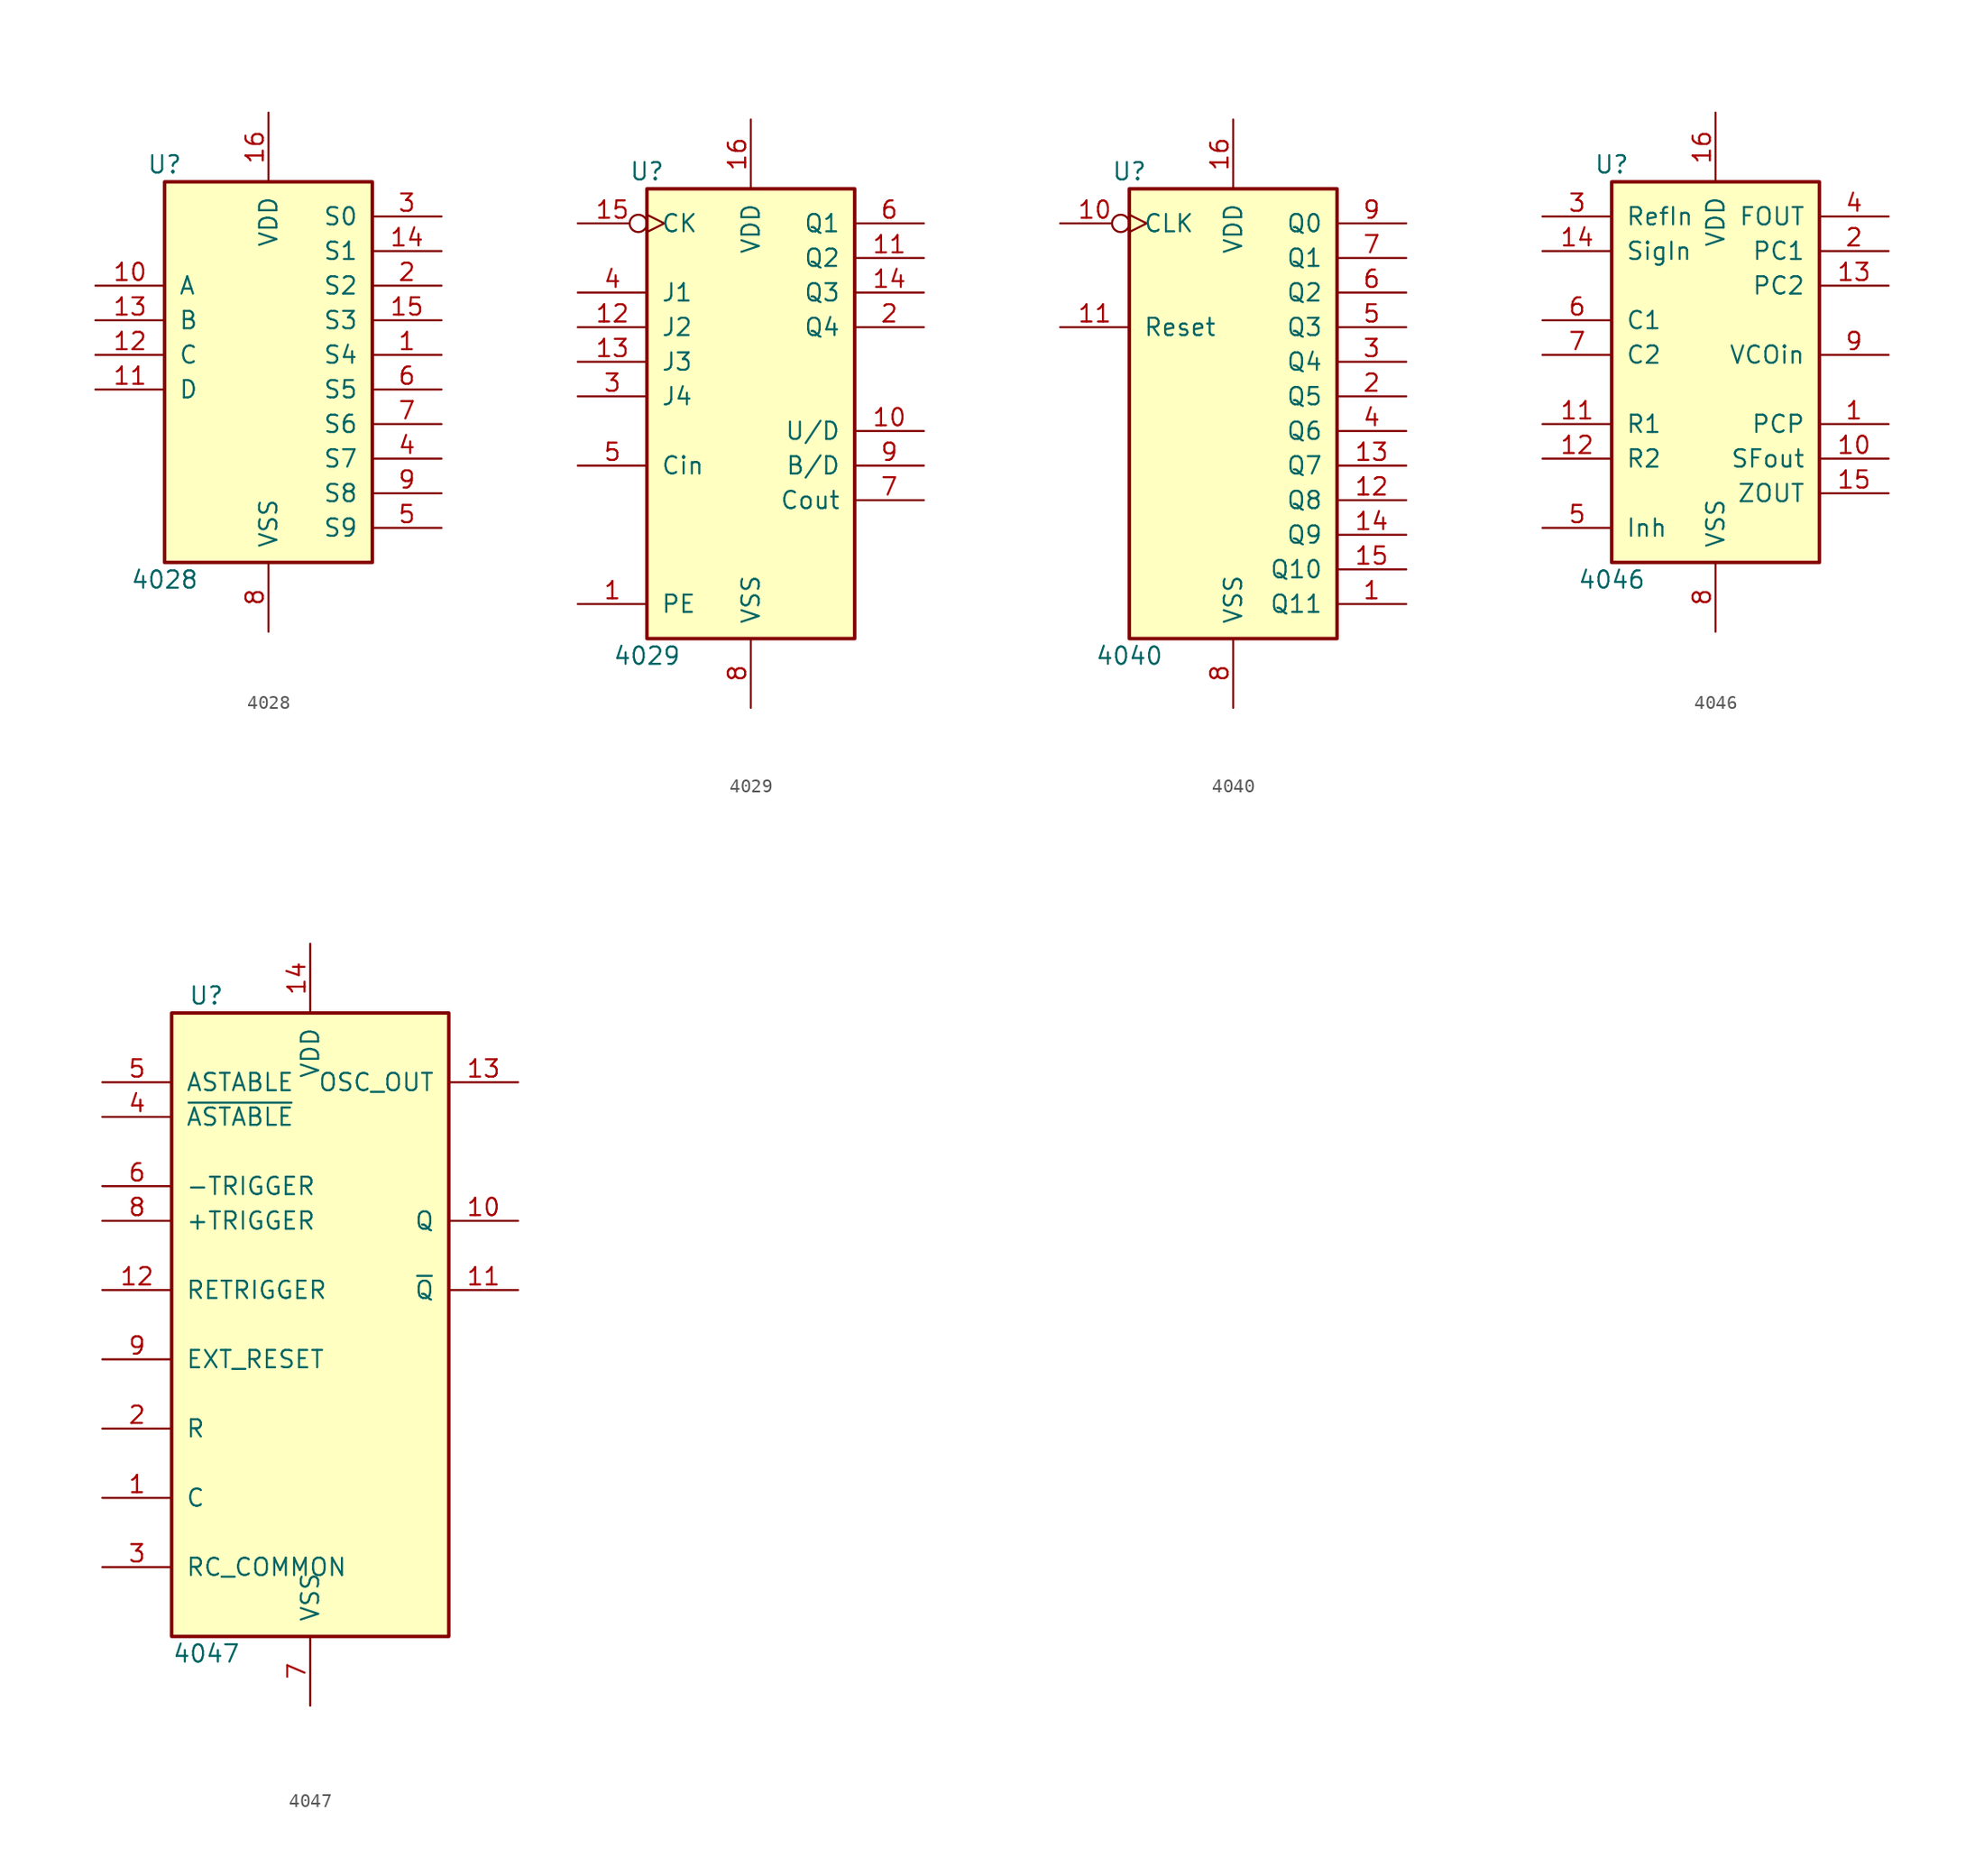
<source format=kicad_sym>
(kicad_symbol_lib
  (version 20211014)
  (generator kicad_symbol_editor)
  (symbol "4028"
    (pin_names
      (offset 1.016))
    (property "Reference" "U"
      (at -7.62 13.97 0)
      (effects (font (size 1.27 1.27))))
    (property "Value" "4028"
      (at -7.62 -16.51 0)
      (effects (font (size 1.27 1.27))))
    (property "ki_locked" ""
      (at 0 0 0)
      (effects (font (size 1.27 1.27))))
    (symbol "4028_1_0"
      (pin output line (at 12.7 0 180) (length 5.08) (name "S4" (effects (font (size 1.27 1.27)))) (number "1" (effects (font (size 1.27 1.27)))))
      (pin input line (at -12.7 5.08 0) (length 5.08) (name "A" (effects (font (size 1.27 1.27)))) (number "10" (effects (font (size 1.27 1.27)))))
      (pin input line (at -12.7 -2.54 0) (length 5.08) (name "D" (effects (font (size 1.27 1.27)))) (number "11" (effects (font (size 1.27 1.27)))))
      (pin input line (at -12.7 0 0) (length 5.08) (name "C" (effects (font (size 1.27 1.27)))) (number "12" (effects (font (size 1.27 1.27)))))
      (pin input line (at -12.7 2.54 0) (length 5.08) (name "B" (effects (font (size 1.27 1.27)))) (number "13" (effects (font (size 1.27 1.27)))))
      (pin output line (at 12.7 7.62 180) (length 5.08) (name "S1" (effects (font (size 1.27 1.27)))) (number "14" (effects (font (size 1.27 1.27)))))
      (pin output line (at 12.7 2.54 180) (length 5.08) (name "S3" (effects (font (size 1.27 1.27)))) (number "15" (effects (font (size 1.27 1.27)))))
      (pin power_in line (at 0 17.78 270) (length 5.08) (name "VDD" (effects (font (size 1.27 1.27)))) (number "16" (effects (font (size 1.27 1.27)))))
      (pin output line (at 12.7 5.08 180) (length 5.08) (name "S2" (effects (font (size 1.27 1.27)))) (number "2" (effects (font (size 1.27 1.27)))))
      (pin output line (at 12.7 10.16 180) (length 5.08) (name "S0" (effects (font (size 1.27 1.27)))) (number "3" (effects (font (size 1.27 1.27)))))
      (pin output line (at 12.7 -7.62 180) (length 5.08) (name "S7" (effects (font (size 1.27 1.27)))) (number "4" (effects (font (size 1.27 1.27)))))
      (pin output line (at 12.7 -12.7 180) (length 5.08) (name "S9" (effects (font (size 1.27 1.27)))) (number "5" (effects (font (size 1.27 1.27)))))
      (pin output line (at 12.7 -2.54 180) (length 5.08) (name "S5" (effects (font (size 1.27 1.27)))) (number "6" (effects (font (size 1.27 1.27)))))
      (pin output line (at 12.7 -5.08 180) (length 5.08) (name "S6" (effects (font (size 1.27 1.27)))) (number "7" (effects (font (size 1.27 1.27)))))
      (pin power_in line (at 0 -20.32 90) (length 5.08) (name "VSS" (effects (font (size 1.27 1.27)))) (number "8" (effects (font (size 1.27 1.27)))))
      (pin output line (at 12.7 -10.16 180) (length 5.08) (name "S8" (effects (font (size 1.27 1.27)))) (number "9" (effects (font (size 1.27 1.27))))))
    (symbol "4028_1_1"
      (rectangle (start -7.62 12.7) (end 7.62 -15.24) (stroke (width 0.254) (type default) (color 0 0 0 0)) (fill (type background)))))
  (symbol "4029"
    (pin_names
      (offset 1.016))
    (property "Reference" "U"
      (at -7.62 16.51 0)
      (effects (font (size 1.27 1.27))))
    (property "Value" "4029"
      (at -7.62 -19.05 0)
      (effects (font (size 1.27 1.27))))
    (property "ki_locked" ""
      (at 0 0 0)
      (effects (font (size 1.27 1.27))))
    (symbol "4029_1_0"
      (pin input line (at -12.7 -15.24 0) (length 5.08) (name "PE" (effects (font (size 1.27 1.27)))) (number "1" (effects (font (size 1.27 1.27)))))
      (pin input line (at 12.7 -2.54 180) (length 5.08) (name "U/D" (effects (font (size 1.27 1.27)))) (number "10" (effects (font (size 1.27 1.27)))))
      (pin output line (at 12.7 10.16 180) (length 5.08) (name "Q2" (effects (font (size 1.27 1.27)))) (number "11" (effects (font (size 1.27 1.27)))))
      (pin input line (at -12.7 5.08 0) (length 5.08) (name "J2" (effects (font (size 1.27 1.27)))) (number "12" (effects (font (size 1.27 1.27)))))
      (pin input line (at -12.7 2.54 0) (length 5.08) (name "J3" (effects (font (size 1.27 1.27)))) (number "13" (effects (font (size 1.27 1.27)))))
      (pin output line (at 12.7 7.62 180) (length 5.08) (name "Q3" (effects (font (size 1.27 1.27)))) (number "14" (effects (font (size 1.27 1.27)))))
      (pin input inverted_clock (at -12.7 12.7 0) (length 5.08) (name "CK" (effects (font (size 1.27 1.27)))) (number "15" (effects (font (size 1.27 1.27)))))
      (pin power_in line (at 0 20.32 270) (length 5.08) (name "VDD" (effects (font (size 1.27 1.27)))) (number "16" (effects (font (size 1.27 1.27)))))
      (pin output line (at 12.7 5.08 180) (length 5.08) (name "Q4" (effects (font (size 1.27 1.27)))) (number "2" (effects (font (size 1.27 1.27)))))
      (pin input line (at -12.7 0 0) (length 5.08) (name "J4" (effects (font (size 1.27 1.27)))) (number "3" (effects (font (size 1.27 1.27)))))
      (pin input line (at -12.7 7.62 0) (length 5.08) (name "J1" (effects (font (size 1.27 1.27)))) (number "4" (effects (font (size 1.27 1.27)))))
      (pin input line (at -12.7 -5.08 0) (length 5.08) (name "Cin" (effects (font (size 1.27 1.27)))) (number "5" (effects (font (size 1.27 1.27)))))
      (pin output line (at 12.7 12.7 180) (length 5.08) (name "Q1" (effects (font (size 1.27 1.27)))) (number "6" (effects (font (size 1.27 1.27)))))
      (pin output line (at 12.7 -7.62 180) (length 5.08) (name "Cout" (effects (font (size 1.27 1.27)))) (number "7" (effects (font (size 1.27 1.27)))))
      (pin power_in line (at 0 -22.86 90) (length 5.08) (name "VSS" (effects (font (size 1.27 1.27)))) (number "8" (effects (font (size 1.27 1.27)))))
      (pin input line (at 12.7 -5.08 180) (length 5.08) (name "B/D" (effects (font (size 1.27 1.27)))) (number "9" (effects (font (size 1.27 1.27))))))
    (symbol "4029_1_1"
      (rectangle (start -7.62 15.24) (end 7.62 -17.78) (stroke (width 0.254) (type default) (color 0 0 0 0)) (fill (type background)))))
  (symbol "4040"
    (pin_names
      (offset 1.016))
    (property "Reference" "U"
      (at -7.62 16.51 0)
      (effects (font (size 1.27 1.27))))
    (property "Value" "4040"
      (at -7.62 -19.05 0)
      (effects (font (size 1.27 1.27))))
    (property "ki_locked" ""
      (at 0 0 0)
      (effects (font (size 1.27 1.27))))
    (symbol "4040_1_0"
      (pin output line (at 12.7 -15.24 180) (length 5.08) (name "Q11" (effects (font (size 1.27 1.27)))) (number "1" (effects (font (size 1.27 1.27)))))
      (pin input inverted_clock (at -12.7 12.7 0) (length 5.08) (name "CLK" (effects (font (size 1.27 1.27)))) (number "10" (effects (font (size 1.27 1.27)))))
      (pin input line (at -12.7 5.08 0) (length 5.08) (name "Reset" (effects (font (size 1.27 1.27)))) (number "11" (effects (font (size 1.27 1.27)))))
      (pin output line (at 12.7 -7.62 180) (length 5.08) (name "Q8" (effects (font (size 1.27 1.27)))) (number "12" (effects (font (size 1.27 1.27)))))
      (pin output line (at 12.7 -5.08 180) (length 5.08) (name "Q7" (effects (font (size 1.27 1.27)))) (number "13" (effects (font (size 1.27 1.27)))))
      (pin output line (at 12.7 -10.16 180) (length 5.08) (name "Q9" (effects (font (size 1.27 1.27)))) (number "14" (effects (font (size 1.27 1.27)))))
      (pin output line (at 12.7 -12.7 180) (length 5.08) (name "Q10" (effects (font (size 1.27 1.27)))) (number "15" (effects (font (size 1.27 1.27)))))
      (pin power_in line (at 0 20.32 270) (length 5.08) (name "VDD" (effects (font (size 1.27 1.27)))) (number "16" (effects (font (size 1.27 1.27)))))
      (pin output line (at 12.7 0 180) (length 5.08) (name "Q5" (effects (font (size 1.27 1.27)))) (number "2" (effects (font (size 1.27 1.27)))))
      (pin output line (at 12.7 2.54 180) (length 5.08) (name "Q4" (effects (font (size 1.27 1.27)))) (number "3" (effects (font (size 1.27 1.27)))))
      (pin output line (at 12.7 -2.54 180) (length 5.08) (name "Q6" (effects (font (size 1.27 1.27)))) (number "4" (effects (font (size 1.27 1.27)))))
      (pin output line (at 12.7 5.08 180) (length 5.08) (name "Q3" (effects (font (size 1.27 1.27)))) (number "5" (effects (font (size 1.27 1.27)))))
      (pin output line (at 12.7 7.62 180) (length 5.08) (name "Q2" (effects (font (size 1.27 1.27)))) (number "6" (effects (font (size 1.27 1.27)))))
      (pin output line (at 12.7 10.16 180) (length 5.08) (name "Q1" (effects (font (size 1.27 1.27)))) (number "7" (effects (font (size 1.27 1.27)))))
      (pin power_in line (at 0 -22.86 90) (length 5.08) (name "VSS" (effects (font (size 1.27 1.27)))) (number "8" (effects (font (size 1.27 1.27)))))
      (pin output line (at 12.7 12.7 180) (length 5.08) (name "Q0" (effects (font (size 1.27 1.27)))) (number "9" (effects (font (size 1.27 1.27))))))
    (symbol "4040_1_1"
      (rectangle (start -7.62 15.24) (end 7.62 -17.78) (stroke (width 0.254) (type default) (color 0 0 0 0)) (fill (type background)))))
  (symbol "4046"
    (pin_names
      (offset 1.016))
    (property "Reference" "U"
      (at -7.62 13.97 0)
      (effects (font (size 1.27 1.27))))
    (property "Value" "4046"
      (at -7.62 -16.51 0)
      (effects (font (size 1.27 1.27))))
    (property "ki_locked" ""
      (at 0 0 0)
      (effects (font (size 1.27 1.27))))
    (symbol "4046_1_0"
      (pin output line (at 12.7 -5.08 180) (length 5.08) (name "PCP" (effects (font (size 1.27 1.27)))) (number "1" (effects (font (size 1.27 1.27)))))
      (pin output line (at 12.7 -7.62 180) (length 5.08) (name "SFout" (effects (font (size 1.27 1.27)))) (number "10" (effects (font (size 1.27 1.27)))))
      (pin input line (at -12.7 -5.08 0) (length 5.08) (name "R1" (effects (font (size 1.27 1.27)))) (number "11" (effects (font (size 1.27 1.27)))))
      (pin input line (at -12.7 -7.62 0) (length 5.08) (name "R2" (effects (font (size 1.27 1.27)))) (number "12" (effects (font (size 1.27 1.27)))))
      (pin tri_state line (at 12.7 5.08 180) (length 5.08) (name "PC2" (effects (font (size 1.27 1.27)))) (number "13" (effects (font (size 1.27 1.27)))))
      (pin input line (at -12.7 7.62 0) (length 5.08) (name "SigIn" (effects (font (size 1.27 1.27)))) (number "14" (effects (font (size 1.27 1.27)))))
      (pin output line (at 12.7 -10.16 180) (length 5.08) (name "ZOUT" (effects (font (size 1.27 1.27)))) (number "15" (effects (font (size 1.27 1.27)))))
      (pin power_in line (at 0 17.78 270) (length 5.08) (name "VDD" (effects (font (size 1.27 1.27)))) (number "16" (effects (font (size 1.27 1.27)))))
      (pin output line (at 12.7 7.62 180) (length 5.08) (name "PC1" (effects (font (size 1.27 1.27)))) (number "2" (effects (font (size 1.27 1.27)))))
      (pin input line (at -12.7 10.16 0) (length 5.08) (name "RefIn" (effects (font (size 1.27 1.27)))) (number "3" (effects (font (size 1.27 1.27)))))
      (pin input line (at 12.7 10.16 180) (length 5.08) (name "FOUT" (effects (font (size 1.27 1.27)))) (number "4" (effects (font (size 1.27 1.27)))))
      (pin input line (at -12.7 -12.7 0) (length 5.08) (name "Inh" (effects (font (size 1.27 1.27)))) (number "5" (effects (font (size 1.27 1.27)))))
      (pin input line (at -12.7 2.54 0) (length 5.08) (name "C1" (effects (font (size 1.27 1.27)))) (number "6" (effects (font (size 1.27 1.27)))))
      (pin input line (at -12.7 0 0) (length 5.08) (name "C2" (effects (font (size 1.27 1.27)))) (number "7" (effects (font (size 1.27 1.27)))))
      (pin power_in line (at 0 -20.32 90) (length 5.08) (name "VSS" (effects (font (size 1.27 1.27)))) (number "8" (effects (font (size 1.27 1.27)))))
      (pin input line (at 12.7 0 180) (length 5.08) (name "VCOin" (effects (font (size 1.27 1.27)))) (number "9" (effects (font (size 1.27 1.27))))))
    (symbol "4046_1_1"
      (rectangle (start -7.62 12.7) (end 7.62 -15.24) (stroke (width 0.254) (type default) (color 0 0 0 0)) (fill (type background)))))
  (symbol "4047"
    (pin_names
      (offset 1.016))
    (property "Reference" "U"
      (at -7.62 24.13 0)
      (effects (font (size 1.27 1.27))))
    (property "Value" "4047"
      (at -7.62 -24.13 0)
      (effects (font (size 1.27 1.27))))
    (property "ki_locked" ""
      (at 0 0 0)
      (effects (font (size 1.27 1.27))))
    (symbol "4047_1_0"
      (pin input line (at -15.24 -12.7 0) (length 5.08) (name "C" (effects (font (size 1.27 1.27)))) (number "1" (effects (font (size 1.27 1.27)))))
      (pin output line (at 15.24 7.62 180) (length 5.08) (name "Q" (effects (font (size 1.27 1.27)))) (number "10" (effects (font (size 1.27 1.27)))))
      (pin output line (at 15.24 2.54 180) (length 5.08) (name "~{Q}" (effects (font (size 1.27 1.27)))) (number "11" (effects (font (size 1.27 1.27)))))
      (pin input line (at -15.24 2.54 0) (length 5.08) (name "RETRIGGER" (effects (font (size 1.27 1.27)))) (number "12" (effects (font (size 1.27 1.27)))))
      (pin output line (at 15.24 17.78 180) (length 5.08) (name "OSC_OUT" (effects (font (size 1.27 1.27)))) (number "13" (effects (font (size 1.27 1.27)))))
      (pin power_in line (at 0 27.94 270) (length 5.08) (name "VDD" (effects (font (size 1.27 1.27)))) (number "14" (effects (font (size 1.27 1.27)))))
      (pin input line (at -15.24 -7.62 0) (length 5.08) (name "R" (effects (font (size 1.27 1.27)))) (number "2" (effects (font (size 1.27 1.27)))))
      (pin input line (at -15.24 -17.78 0) (length 5.08) (name "RC_COMMON" (effects (font (size 1.27 1.27)))) (number "3" (effects (font (size 1.27 1.27)))))
      (pin input line (at -15.24 15.24 0) (length 5.08) (name "~{ASTABLE}" (effects (font (size 1.27 1.27)))) (number "4" (effects (font (size 1.27 1.27)))))
      (pin input line (at -15.24 17.78 0) (length 5.08) (name "ASTABLE" (effects (font (size 1.27 1.27)))) (number "5" (effects (font (size 1.27 1.27)))))
      (pin input line (at -15.24 10.16 0) (length 5.08) (name "-TRIGGER" (effects (font (size 1.27 1.27)))) (number "6" (effects (font (size 1.27 1.27)))))
      (pin power_in line (at 0 -27.94 90) (length 5.08) (name "VSS" (effects (font (size 1.27 1.27)))) (number "7" (effects (font (size 1.27 1.27)))))
      (pin input line (at -15.24 7.62 0) (length 5.08) (name "+TRIGGER" (effects (font (size 1.27 1.27)))) (number "8" (effects (font (size 1.27 1.27)))))
      (pin input line (at -15.24 -2.54 0) (length 5.08) (name "EXT_RESET" (effects (font (size 1.27 1.27)))) (number "9" (effects (font (size 1.27 1.27))))))
    (symbol "4047_1_1"
      (rectangle (start -10.16 22.86) (end 10.16 -22.86) (stroke (width 0.254) (type default) (color 0 0 0 0)) (fill (type background))))))
</source>
